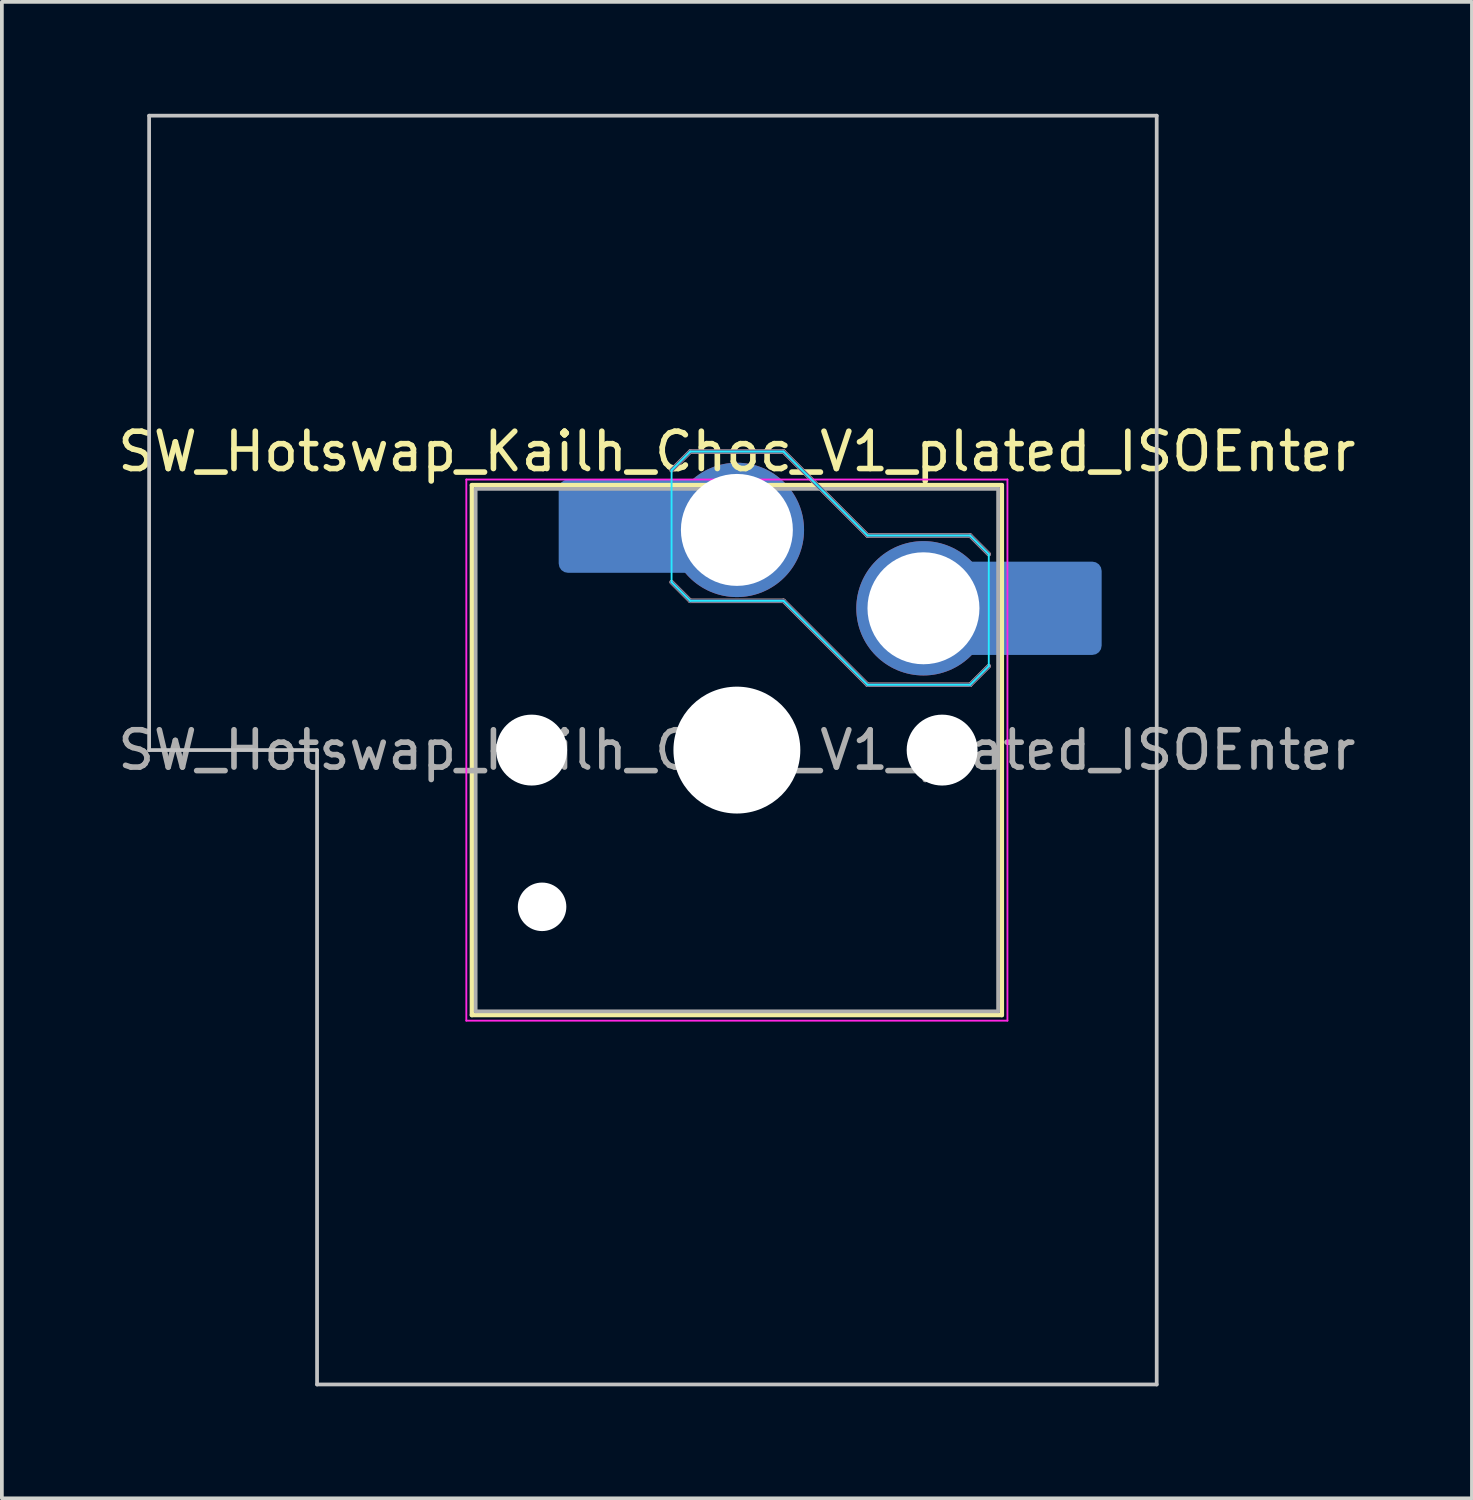
<source format=kicad_pcb>
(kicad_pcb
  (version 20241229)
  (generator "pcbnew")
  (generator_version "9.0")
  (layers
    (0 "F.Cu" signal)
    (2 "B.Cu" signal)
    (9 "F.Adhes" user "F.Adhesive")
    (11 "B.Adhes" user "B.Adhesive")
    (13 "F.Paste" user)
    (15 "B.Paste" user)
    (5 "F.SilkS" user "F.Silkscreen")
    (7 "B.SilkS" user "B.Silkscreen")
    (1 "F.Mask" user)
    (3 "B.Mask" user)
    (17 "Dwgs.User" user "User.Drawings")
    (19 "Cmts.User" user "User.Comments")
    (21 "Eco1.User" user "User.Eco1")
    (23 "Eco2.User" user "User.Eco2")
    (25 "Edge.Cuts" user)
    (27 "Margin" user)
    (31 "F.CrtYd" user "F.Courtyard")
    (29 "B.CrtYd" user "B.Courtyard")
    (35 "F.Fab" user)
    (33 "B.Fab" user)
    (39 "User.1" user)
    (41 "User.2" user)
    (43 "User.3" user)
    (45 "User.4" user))
  (footprint "SW_Hotswap_Kailh_Choc_V1_plated_ISOEnter"
    (layer "F.Cu")
    (at 16.696 17.05)
    (property "Reference" "SW_Hotswap_Kailh_Choc_V1_plated_ISOEnter" (at 0 -8 0) (layer "F.SilkS") (effects (font (size 1 1) (thickness 0.15))))
    (attr smd)
    (fp_line (start -7.1 -7.1) (end -7.1 7.1) (stroke (width 0.12) (type solid)) (layer "F.SilkS"))
    (fp_line (start -7.1 7.1) (end 7.1 7.1) (stroke (width 0.12) (type solid)) (layer "F.SilkS"))
    (fp_line (start 7.1 -7.1) (end -7.1 -7.1) (stroke (width 0.12) (type solid)) (layer "F.SilkS"))
    (fp_line (start 7.1 7.1) (end 7.1 -7.1) (stroke (width 0.12) (type solid)) (layer "F.SilkS"))
    (fp_line (start -1.75 -7.5) (end -1.25 -8) (stroke (width 0.12) (type solid)) (layer "B.SilkS"))
    (fp_line (start -1.25 -8) (end 1.25 -8) (stroke (width 0.12) (type solid)) (layer "B.SilkS"))
    (fp_line (start -1.25 -4) (end -1.75 -4.5) (stroke (width 0.12) (type solid)) (layer "B.SilkS"))
    (fp_line (start 1.25 -8) (end 3.5 -5.75) (stroke (width 0.12) (type solid)) (layer "B.SilkS"))
    (fp_line (start 1.25 -4) (end -1.25 -4) (stroke (width 0.12) (type solid)) (layer "B.SilkS"))
    (fp_line (start 3.5 -5.75) (end 6.25 -5.75) (stroke (width 0.12) (type solid)) (layer "B.SilkS"))
    (fp_line (start 3.5 -1.75) (end 1.25 -4) (stroke (width 0.12) (type solid)) (layer "B.SilkS"))
    (fp_line (start 6.25 -5.75) (end 6.75 -5.25) (stroke (width 0.12) (type solid)) (layer "B.SilkS"))
    (fp_line (start 6.25 -1.75) (end 3.5 -1.75) (stroke (width 0.12) (type solid)) (layer "B.SilkS"))
    (fp_line (start 6.75 -2.25) (end 6.25 -1.75) (stroke (width 0.12) (type solid)) (layer "B.SilkS"))
    (fp_line (start -15.75 -17) (end -15.75 0) (stroke (width 0.1) (type solid)) (layer "Dwgs.User"))
    (fp_line (start -15.75 0) (end -11.25 0) (stroke (width 0.1) (type solid)) (layer "Dwgs.User"))
    (fp_line (start -11.25 0) (end -11.25 17) (stroke (width 0.1) (type solid)) (layer "Dwgs.User"))
    (fp_line (start -11.25 17) (end 11.25 17) (stroke (width 0.1) (type solid)) (layer "Dwgs.User"))
    (fp_line (start 11.25 -17) (end -15.75 -17) (stroke (width 0.1) (type solid)) (layer "Dwgs.User"))
    (fp_line (start 11.25 17) (end 11.25 -17) (stroke (width 0.1) (type solid)) (layer "Dwgs.User"))
    (fp_line (start -1.75 -7.5) (end -1.25 -8) (stroke (width 0.05) (type solid)) (layer "B.CrtYd"))
    (fp_line (start -1.75 -4.5) (end -1.75 -7.5) (stroke (width 0.05) (type solid)) (layer "B.CrtYd"))
    (fp_line (start -1.25 -8) (end 1.25 -8) (stroke (width 0.05) (type solid)) (layer "B.CrtYd"))
    (fp_line (start -1.25 -4) (end -1.75 -4.5) (stroke (width 0.05) (type solid)) (layer "B.CrtYd"))
    (fp_line (start 1.25 -8) (end 3.5 -5.75) (stroke (width 0.05) (type solid)) (layer "B.CrtYd"))
    (fp_line (start 1.25 -4) (end -1.25 -4) (stroke (width 0.05) (type solid)) (layer "B.CrtYd"))
    (fp_line (start 3.5 -5.75) (end 6.25 -5.75) (stroke (width 0.05) (type solid)) (layer "B.CrtYd"))
    (fp_line (start 3.5 -1.75) (end 1.25 -4) (stroke (width 0.05) (type solid)) (layer "B.CrtYd"))
    (fp_line (start 6.25 -5.75) (end 6.75 -5.25) (stroke (width 0.05) (type solid)) (layer "B.CrtYd"))
    (fp_line (start 6.25 -1.75) (end 3.5 -1.75) (stroke (width 0.05) (type solid)) (layer "B.CrtYd"))
    (fp_line (start 6.75 -5.25) (end 6.75 -2.25) (stroke (width 0.05) (type solid)) (layer "B.CrtYd"))
    (fp_line (start 6.75 -2.25) (end 6.25 -1.75) (stroke (width 0.05) (type solid)) (layer "B.CrtYd"))
    (fp_line (start -7.25 -7.25) (end -7.25 7.25) (stroke (width 0.05) (type solid)) (layer "F.CrtYd"))
    (fp_line (start -7.25 7.25) (end 7.25 7.25) (stroke (width 0.05) (type solid)) (layer "F.CrtYd"))
    (fp_line (start 7.25 -7.25) (end -7.25 -7.25) (stroke (width 0.05) (type solid)) (layer "F.CrtYd"))
    (fp_line (start 7.25 7.25) (end 7.25 -7.25) (stroke (width 0.05) (type solid)) (layer "F.CrtYd"))
    (fp_line (start -1.75 -7.5) (end -1.25 -8) (stroke (width 0.1) (type solid)) (layer "B.Fab"))
    (fp_line (start -1.25 -8) (end 1.25 -8) (stroke (width 0.1) (type solid)) (layer "B.Fab"))
    (fp_line (start -1.25 -4) (end -1.75 -4.5) (stroke (width 0.1) (type solid)) (layer "B.Fab"))
    (fp_line (start 1.25 -8) (end 3.5 -5.75) (stroke (width 0.1) (type solid)) (layer "B.Fab"))
    (fp_line (start 1.25 -4) (end -1.25 -4) (stroke (width 0.1) (type solid)) (layer "B.Fab"))
    (fp_line (start 3.5 -5.75) (end 6.25 -5.75) (stroke (width 0.1) (type solid)) (layer "B.Fab"))
    (fp_line (start 3.5 -1.75) (end 1.25 -4) (stroke (width 0.1) (type solid)) (layer "B.Fab"))
    (fp_line (start 6.25 -5.75) (end 6.75 -5.25) (stroke (width 0.1) (type solid)) (layer "B.Fab"))
    (fp_line (start 6.25 -1.75) (end 3.5 -1.75) (stroke (width 0.1) (type solid)) (layer "B.Fab"))
    (fp_line (start 6.75 -2.25) (end 6.25 -1.75) (stroke (width 0.1) (type solid)) (layer "B.Fab"))
    (fp_line (start -7 -7) (end -7 7) (stroke (width 0.1) (type solid)) (layer "F.Fab"))
    (fp_line (start -7 7) (end 7 7) (stroke (width 0.1) (type solid)) (layer "F.Fab"))
    (fp_line (start 7 -7) (end -7 -7) (stroke (width 0.1) (type solid)) (layer "F.Fab"))
    (fp_line (start 7 7) (end 7 -7) (stroke (width 0.1) (type solid)) (layer "F.Fab"))
    (fp_text user "${REFERENCE}" (at 0 0 0) (layer "F.Fab") (effects (font (size 1 1) (thickness 0.15))))
    (pad "" np_thru_hole circle (at -5.5 0) (size 1.9 1.9) (drill 1.9) (layers "*.Cu" "*.Mask"))
    (pad "" np_thru_hole circle (at -5.22 4.2) (size 1.3 1.3) (drill 1.3) (layers "*.Cu" "*.Mask"))
    (pad "" smd roundrect (at -3.5 -6) (size 2.55 2.5) (layers "B.Mask" "B.Paste") (roundrect_rratio 0.1))
    (pad "" np_thru_hole circle (at 0 0) (size 3.4 3.4) (drill 3.4) (layers "*.Cu" "*.Mask"))
    (pad "" np_thru_hole circle (at 5.5 0) (size 1.9 1.9) (drill 1.9) (layers "*.Cu" "*.Mask"))
    (pad "" smd roundrect (at 8.5 -3.8) (size 2.55 2.5) (layers "B.Mask" "B.Paste") (roundrect_rratio 0.1))
    (pad "1" smd roundrect (at -2.85 -6) (size 3.85 2.5) (layers "B.Cu") (roundrect_rratio 0.1))
    (pad "1" thru_hole circle (at 0 -5.9) (size 3.6 3.6) (drill 3) (layers "*.Cu" "B.Mask"))
    (pad "2" thru_hole circle (at 5 -3.8) (size 3.6 3.6) (drill 3) (layers "*.Cu" "B.Mask"))
    (pad "2" smd roundrect (at 7.85 -3.8) (size 3.85 2.5) (layers "B.Cu") (roundrect_rratio 0.1)))
  (gr_rect
    (start -3 -3)
    (end 36.393 37.1)
    (stroke (width 0.1) (type default))
    (fill no)
    (layer "Edge.Cuts")))
</source>
